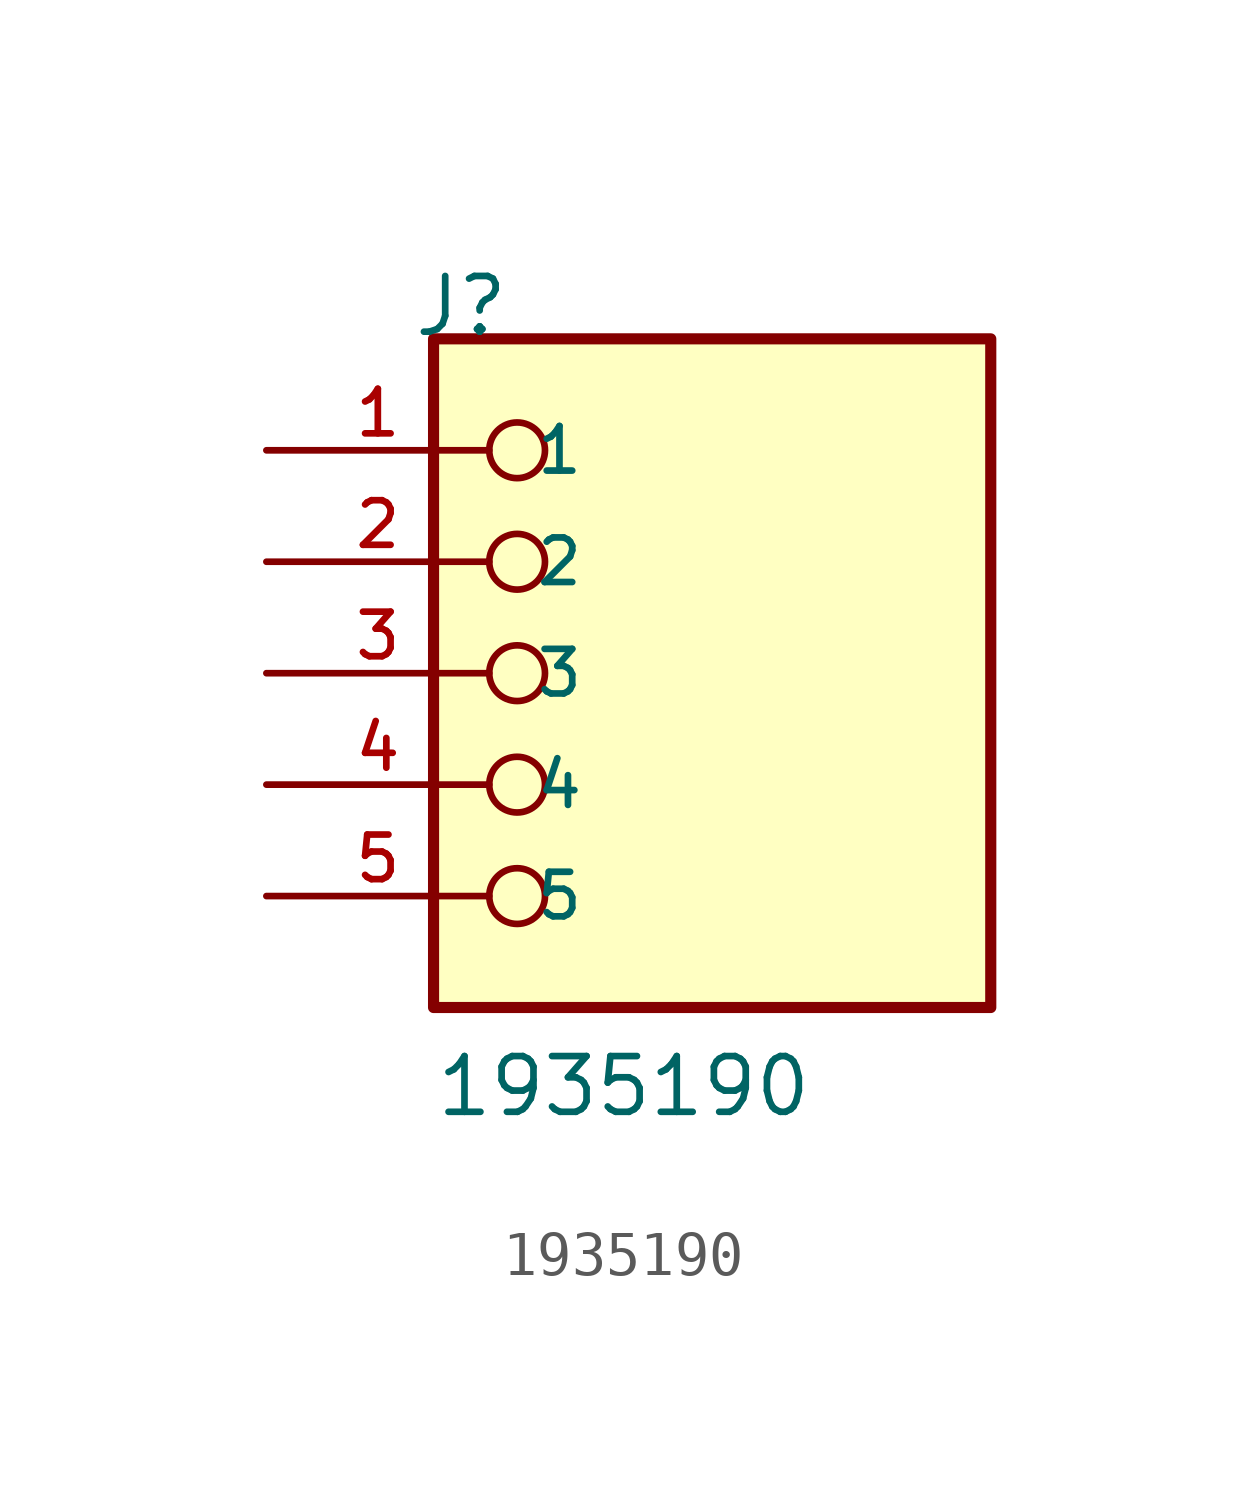
<source format=kicad_sym>
(kicad_symbol_lib
  (version 20211014)
  (generator kicad_symbol_editor)
  (symbol "1935190"
    (pin_names
      (offset 1.016))
    (property "Reference" "J"
      (at -6.85 7.62 0)
      (effects (font (size 1.27 1.27)) (justify bottom left)))
    (property "Value" "1935190"
      (at -6.35 -10.16 0)
      (effects (font (size 1.27 1.27)) (justify bottom left)))
    (symbol "1935190_0_0"
      (circle (center -4.445 5.08) (radius 0.635) (stroke (width 0.152)) (fill (type none)))
      (circle (center -4.445 2.54) (radius 0.635) (stroke (width 0.152)) (fill (type none)))
      (circle (center -4.445 0.0) (radius 0.635) (stroke (width 0.152)) (fill (type none)))
      (circle (center -4.445 -2.54) (radius 0.635) (stroke (width 0.152)) (fill (type none)))
      (circle (center -4.445 -5.08) (radius 0.635) (stroke (width 0.152)) (fill (type none)))
      (rectangle (start -6.35 -7.62) (end 6.35 7.62) (stroke (width 0.254)) (fill (type background)))
      (pin passive line (at -10.16 5.08 0) (length 5.08) (name "1" (effects (font (size 1.016 1.016)))) (number "1" (effects (font (size 1.016 1.016)))))
      (pin passive line (at -10.16 2.54 0) (length 5.08) (name "2" (effects (font (size 1.016 1.016)))) (number "2" (effects (font (size 1.016 1.016)))))
      (pin passive line (at -10.16 0.0 0) (length 5.08) (name "3" (effects (font (size 1.016 1.016)))) (number "3" (effects (font (size 1.016 1.016)))))
      (pin passive line (at -10.16 -2.54 0) (length 5.08) (name "4" (effects (font (size 1.016 1.016)))) (number "4" (effects (font (size 1.016 1.016)))))
      (pin passive line (at -10.16 -5.08 0) (length 5.08) (name "5" (effects (font (size 1.016 1.016)))) (number "5" (effects (font (size 1.016 1.016))))))))
</source>
